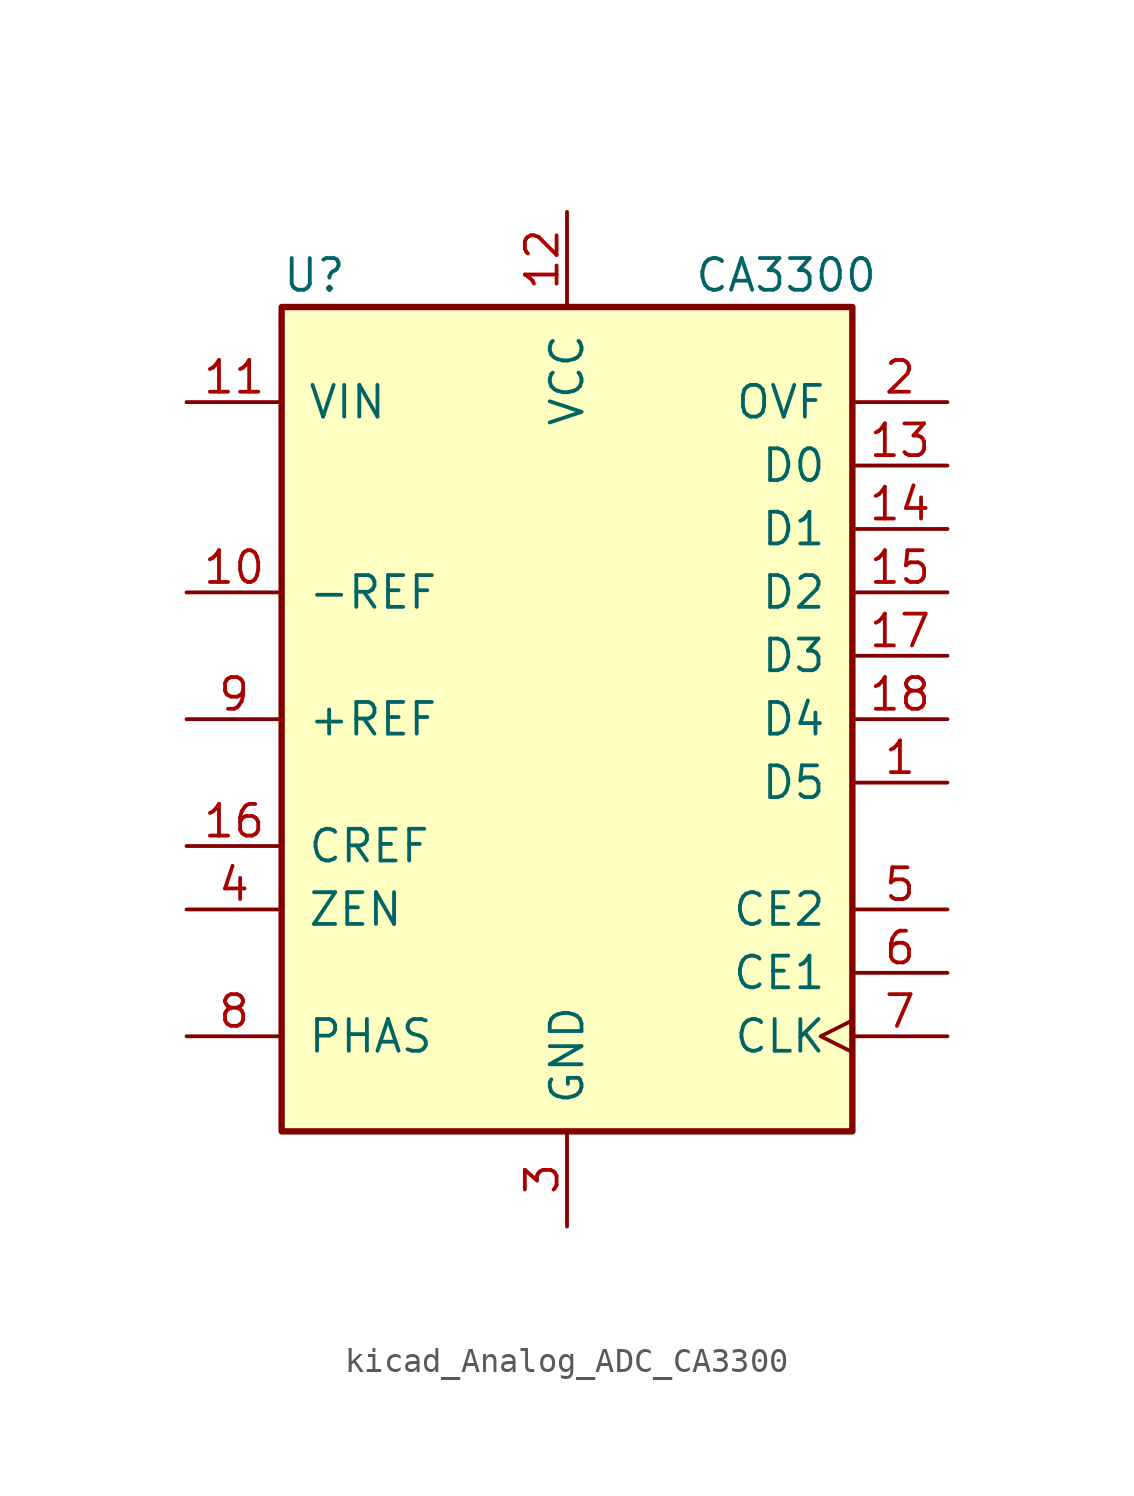
<source format=kicad_sym>
(kicad_symbol_lib
  (version 20220914)
  (generator kicad_symbol_editor)
  (symbol "kicad_Analog_ADC_CA3300"
    (pin_names
      (offset 1.016))
    (property "Reference" "U"
      (at -11.43 17.78 0)
      (effects (font (size 1.27 1.27)) (justify left)))
    (property "Value" "CA3300"
      (at 5.08 17.78 0)
      (effects (font (size 1.27 1.27)) (justify left)))
    (symbol "kicad_Analog_ADC_CA3300_0_1"
      (rectangle (start -11.43 -16.51) (end 11.43 16.51) (stroke (width 0.254) (type default)) (fill (type background))))
    (symbol "kicad_Analog_ADC_CA3300_1_1"
      (pin tri_state line (at 15.24 -2.54 180) (length 3.81) (name "D5" (effects (font (size 1.27 1.27)))) (number "1" (effects (font (size 1.27 1.27)))))
      (pin input line (at -15.24 5.08 0) (length 3.81) (name "-REF" (effects (font (size 1.27 1.27)))) (number "10" (effects (font (size 1.27 1.27)))))
      (pin input line (at -15.24 12.7 0) (length 3.81) (name "VIN" (effects (font (size 1.27 1.27)))) (number "11" (effects (font (size 1.27 1.27)))))
      (pin power_in line (at 0 20.32 270) (length 3.81) (name "VCC" (effects (font (size 1.27 1.27)))) (number "12" (effects (font (size 1.27 1.27)))))
      (pin tri_state line (at 15.24 10.16 180) (length 3.81) (name "D0" (effects (font (size 1.27 1.27)))) (number "13" (effects (font (size 1.27 1.27)))))
      (pin tri_state line (at 15.24 7.62 180) (length 3.81) (name "D1" (effects (font (size 1.27 1.27)))) (number "14" (effects (font (size 1.27 1.27)))))
      (pin tri_state line (at 15.24 5.08 180) (length 3.81) (name "D2" (effects (font (size 1.27 1.27)))) (number "15" (effects (font (size 1.27 1.27)))))
      (pin input line (at -15.24 -5.08 0) (length 3.81) (name "CREF" (effects (font (size 1.27 1.27)))) (number "16" (effects (font (size 1.27 1.27)))))
      (pin tri_state line (at 15.24 2.54 180) (length 3.81) (name "D3" (effects (font (size 1.27 1.27)))) (number "17" (effects (font (size 1.27 1.27)))))
      (pin tri_state line (at 15.24 0 180) (length 3.81) (name "D4" (effects (font (size 1.27 1.27)))) (number "18" (effects (font (size 1.27 1.27)))))
      (pin tri_state line (at 15.24 12.7 180) (length 3.81) (name "OVF" (effects (font (size 1.27 1.27)))) (number "2" (effects (font (size 1.27 1.27)))))
      (pin power_in line (at 0 -20.32 90) (length 3.81) (name "GND" (effects (font (size 1.27 1.27)))) (number "3" (effects (font (size 1.27 1.27)))))
      (pin input line (at -15.24 -7.62 0) (length 3.81) (name "ZEN" (effects (font (size 1.27 1.27)))) (number "4" (effects (font (size 1.27 1.27)))))
      (pin input line (at 15.24 -7.62 180) (length 3.81) (name "CE2" (effects (font (size 1.27 1.27)))) (number "5" (effects (font (size 1.27 1.27)))))
      (pin input line (at 15.24 -10.16 180) (length 3.81) (name "CE1" (effects (font (size 1.27 1.27)))) (number "6" (effects (font (size 1.27 1.27)))))
      (pin input clock (at 15.24 -12.7 180) (length 3.81) (name "CLK" (effects (font (size 1.27 1.27)))) (number "7" (effects (font (size 1.27 1.27)))))
      (pin input line (at -15.24 -12.7 0) (length 3.81) (name "PHAS" (effects (font (size 1.27 1.27)))) (number "8" (effects (font (size 1.27 1.27)))))
      (pin input line (at -15.24 0 0) (length 3.81) (name "+REF" (effects (font (size 1.27 1.27)))) (number "9" (effects (font (size 1.27 1.27))))))))
</source>
